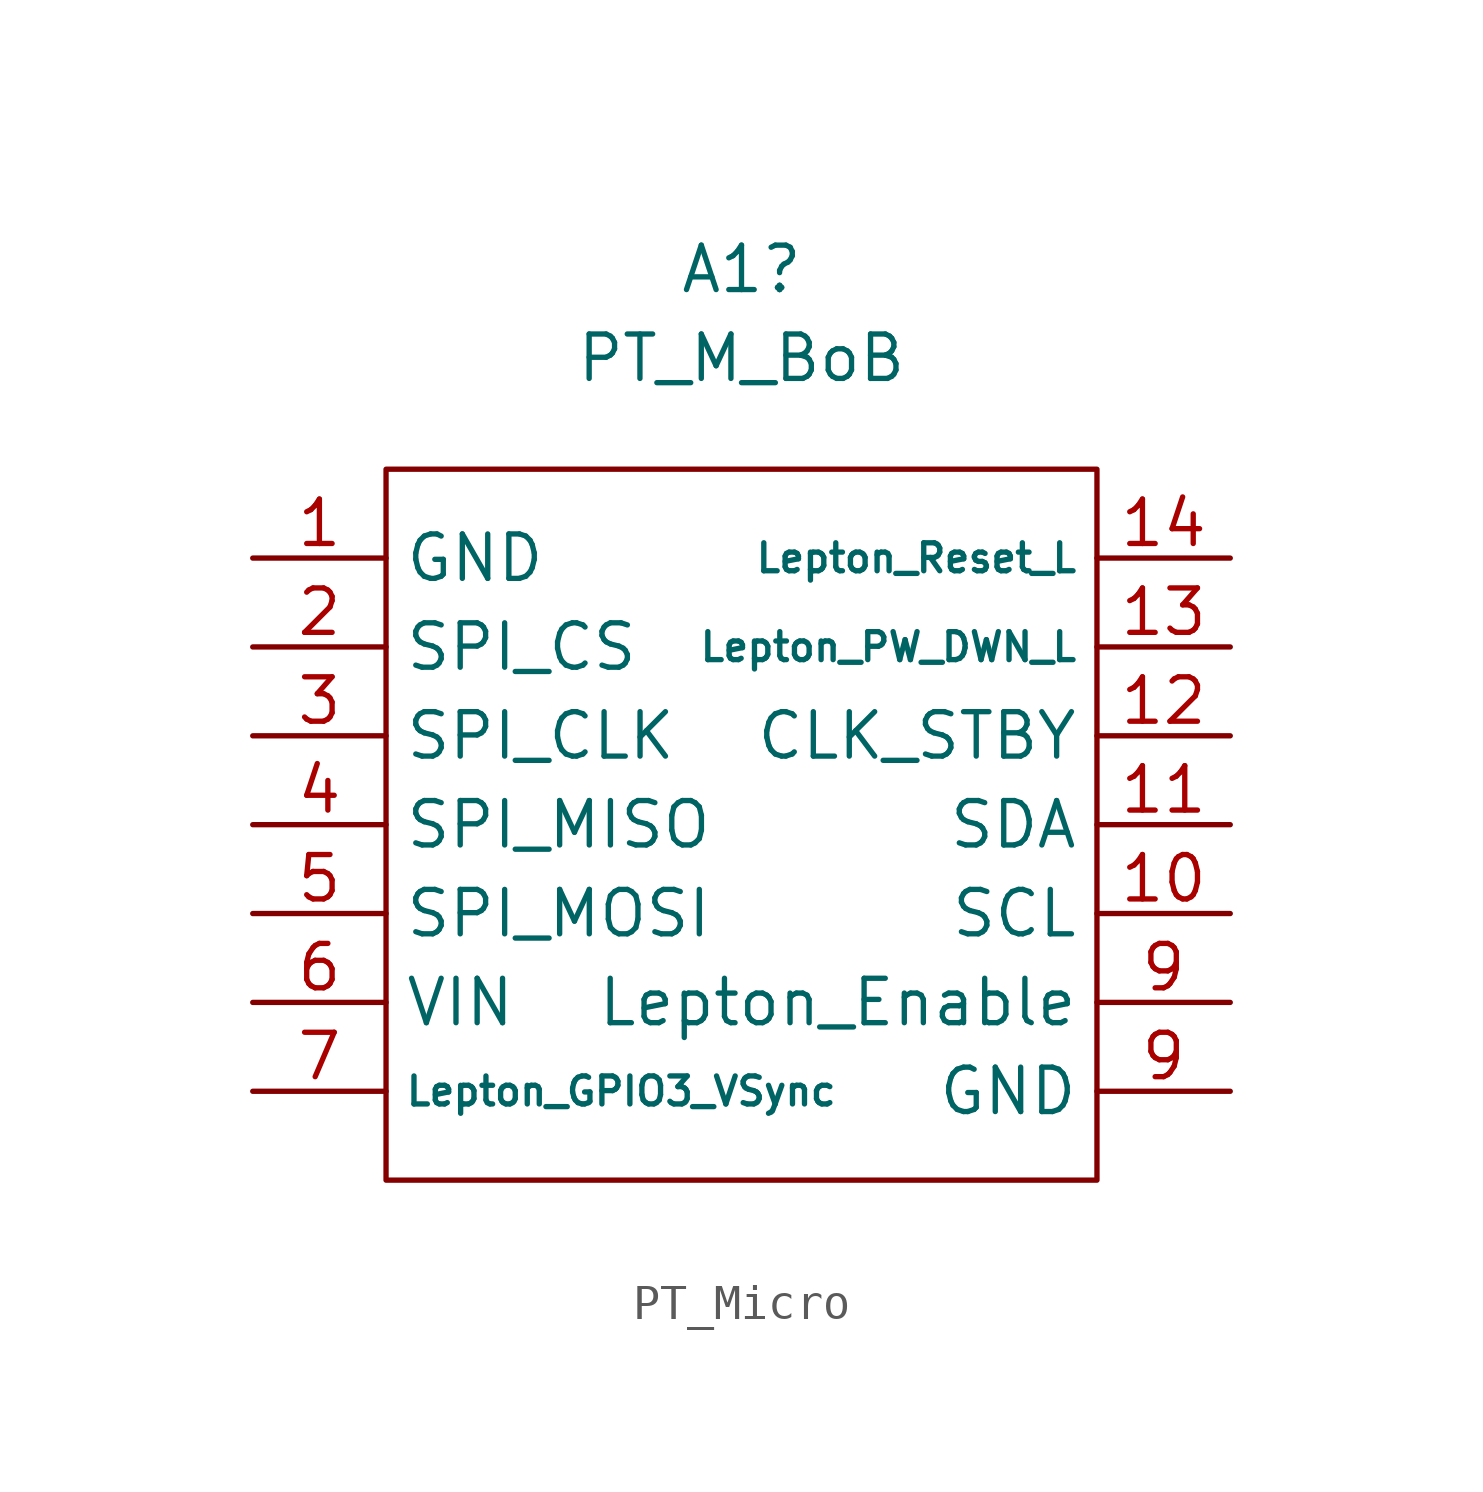
<source format=kicad_sym>
(kicad_symbol_lib
  (version 20211014)
  (generator kicad_symbol_editor)
  (symbol "PT_Micro"
    (property "Reference" "A1"
      (at 0 15.875 0)
      (effects (font (size 1.27 1.27))))
    (property "Value" "PT_M_BoB"
      (at 0 13.335 0)
      (effects (font (size 1.27 1.27))))
    (symbol "PT_Micro_0_1"
      (rectangle (start -10.16 10.16) (end 10.16 -10.16) (stroke (width 0) (type default) (color 0 0 0 0)) (fill (type none))))
    (symbol "PT_Micro_1_1"
      (pin power_in line (at -13.97 7.62 0) (length 3.81) (name "GND" (effects (font (size 1.27 1.27)))) (number "1" (effects (font (size 1.27 1.27)))))
      (pin input line (at 13.97 -2.54 180) (length 3.81) (name "SCL" (effects (font (size 1.27 1.27)))) (number "10" (effects (font (size 1.27 1.27)))))
      (pin bidirectional line (at 13.97 0 180) (length 3.81) (name "SDA" (effects (font (size 1.27 1.27)))) (number "11" (effects (font (size 1.27 1.27)))))
      (pin input line (at 13.97 2.54 180) (length 3.81) (name "CLK_STBY" (effects (font (size 1.27 1.27)))) (number "12" (effects (font (size 1.27 1.27)))))
      (pin input line (at 13.97 5.08 180) (length 3.81) (name "Lepton_PW_DWN_L" (effects (font (size 0.8 0.8)))) (number "13" (effects (font (size 1.27 1.27)))))
      (pin input line (at 13.97 7.62 180) (length 3.81) (name "Lepton_Reset_L" (effects (font (size 0.8 0.8)))) (number "14" (effects (font (size 1.27 1.27)))))
      (pin input line (at -13.97 5.08 0) (length 3.81) (name "SPI_CS" (effects (font (size 1.27 1.27)))) (number "2" (effects (font (size 1.27 1.27)))))
      (pin output line (at -13.97 2.54 0) (length 3.81) (name "SPI_CLK" (effects (font (size 1.27 1.27)))) (number "3" (effects (font (size 1.27 1.27)))))
      (pin output line (at -13.97 0 0) (length 3.81) (name "SPI_MISO" (effects (font (size 1.27 1.27)))) (number "4" (effects (font (size 1.27 1.27)))))
      (pin input line (at -13.97 -2.54 0) (length 3.81) (name "SPI_MOSI" (effects (font (size 1.27 1.27)))) (number "5" (effects (font (size 1.27 1.27)))))
      (pin power_in line (at -13.97 -5.08 0) (length 3.81) (name "VIN" (effects (font (size 1.27 1.27)))) (number "6" (effects (font (size 1.27 1.27)))))
      (pin output line (at -13.97 -7.62 0) (length 3.81) (name "Lepton_GPIO3_VSync" (effects (font (size 0.8 0.8)))) (number "7" (effects (font (size 1.27 1.27)))))
      (pin power_in line (at 13.97 -7.62 180) (length 3.81) (name "GND" (effects (font (size 1.27 1.27)))) (number "9" (effects (font (size 1.27 1.27)))))
      (pin input line (at 13.97 -5.08 180) (length 3.81) (name "Lepton_Enable" (effects (font (size 1.27 1.27)))) (number "9" (effects (font (size 1.27 1.27))))))))
</source>
